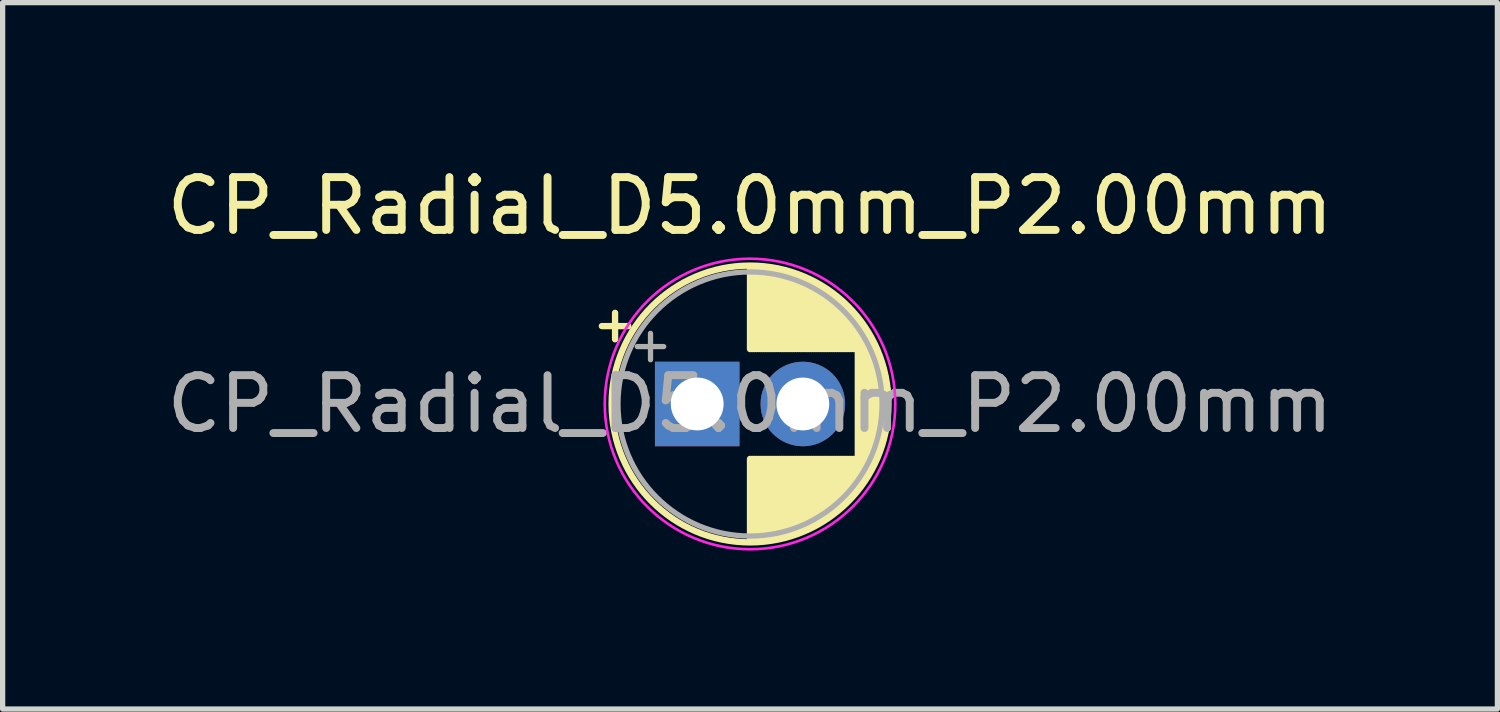
<source format=kicad_pcb>
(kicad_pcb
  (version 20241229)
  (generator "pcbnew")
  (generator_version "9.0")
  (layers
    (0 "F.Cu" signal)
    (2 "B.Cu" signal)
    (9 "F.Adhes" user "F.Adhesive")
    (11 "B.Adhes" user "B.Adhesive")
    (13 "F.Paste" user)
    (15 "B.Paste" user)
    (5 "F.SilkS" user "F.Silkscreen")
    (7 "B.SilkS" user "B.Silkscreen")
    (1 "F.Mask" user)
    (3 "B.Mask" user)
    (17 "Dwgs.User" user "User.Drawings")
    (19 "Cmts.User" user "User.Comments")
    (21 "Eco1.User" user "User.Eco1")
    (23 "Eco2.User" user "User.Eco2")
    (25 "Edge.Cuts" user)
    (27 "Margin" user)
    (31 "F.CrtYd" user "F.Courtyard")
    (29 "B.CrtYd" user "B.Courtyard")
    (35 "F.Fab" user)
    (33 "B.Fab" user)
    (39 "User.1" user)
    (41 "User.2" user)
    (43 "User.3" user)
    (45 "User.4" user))
  (footprint "CP_Radial_D5.0mm_P2.00mm"
    (layer "F.Cu")
    (at 10.149 4.598)
    (property "Reference" "CP_Radial_D5.0mm_P2.00mm" (at 1 -3.75 0) (layer "F.SilkS") (effects (font (size 1 1) (thickness 0.15))))
    (attr through_hole)
    (fp_line (start -1.805 -1.475) (end -1.305 -1.475) (stroke (width 0.12) (type solid)) (layer "F.SilkS"))
    (fp_line (start -1.555 -1.725) (end -1.555 -1.225) (stroke (width 0.12) (type solid)) (layer "F.SilkS"))
    (fp_line (start 1 -2.58) (end 1 -1.04) (stroke (width 0.12) (type solid)) (layer "F.SilkS"))
    (fp_line (start 1 1.04) (end 1 2.58) (stroke (width 0.12) (type solid)) (layer "F.SilkS"))
    (fp_line (start 1.04 -2.58) (end 1.04 -1.04) (stroke (width 0.12) (type solid)) (layer "F.SilkS"))
    (fp_line (start 1.04 1.04) (end 1.04 2.58) (stroke (width 0.12) (type solid)) (layer "F.SilkS"))
    (fp_line (start 1.08 -2.579) (end 1.08 -1.04) (stroke (width 0.12) (type solid)) (layer "F.SilkS"))
    (fp_line (start 1.08 1.04) (end 1.08 2.579) (stroke (width 0.12) (type solid)) (layer "F.SilkS"))
    (fp_line (start 1.12 -2.578) (end 1.12 -1.04) (stroke (width 0.12) (type solid)) (layer "F.SilkS"))
    (fp_line (start 1.12 1.04) (end 1.12 2.578) (stroke (width 0.12) (type solid)) (layer "F.SilkS"))
    (fp_line (start 1.16 -2.576) (end 1.16 -1.04) (stroke (width 0.12) (type solid)) (layer "F.SilkS"))
    (fp_line (start 1.16 1.04) (end 1.16 2.576) (stroke (width 0.12) (type solid)) (layer "F.SilkS"))
    (fp_line (start 1.2 -2.573) (end 1.2 -1.04) (stroke (width 0.12) (type solid)) (layer "F.SilkS"))
    (fp_line (start 1.2 1.04) (end 1.2 2.573) (stroke (width 0.12) (type solid)) (layer "F.SilkS"))
    (fp_line (start 1.24 -2.569) (end 1.24 -1.04) (stroke (width 0.12) (type solid)) (layer "F.SilkS"))
    (fp_line (start 1.24 1.04) (end 1.24 2.569) (stroke (width 0.12) (type solid)) (layer "F.SilkS"))
    (fp_line (start 1.28 -2.565) (end 1.28 -1.04) (stroke (width 0.12) (type solid)) (layer "F.SilkS"))
    (fp_line (start 1.28 1.04) (end 1.28 2.565) (stroke (width 0.12) (type solid)) (layer "F.SilkS"))
    (fp_line (start 1.32 -2.561) (end 1.32 -1.04) (stroke (width 0.12) (type solid)) (layer "F.SilkS"))
    (fp_line (start 1.32 1.04) (end 1.32 2.561) (stroke (width 0.12) (type solid)) (layer "F.SilkS"))
    (fp_line (start 1.36 -2.556) (end 1.36 -1.04) (stroke (width 0.12) (type solid)) (layer "F.SilkS"))
    (fp_line (start 1.36 1.04) (end 1.36 2.556) (stroke (width 0.12) (type solid)) (layer "F.SilkS"))
    (fp_line (start 1.4 -2.55) (end 1.4 -1.04) (stroke (width 0.12) (type solid)) (layer "F.SilkS"))
    (fp_line (start 1.4 1.04) (end 1.4 2.55) (stroke (width 0.12) (type solid)) (layer "F.SilkS"))
    (fp_line (start 1.44 -2.543) (end 1.44 -1.04) (stroke (width 0.12) (type solid)) (layer "F.SilkS"))
    (fp_line (start 1.44 1.04) (end 1.44 2.543) (stroke (width 0.12) (type solid)) (layer "F.SilkS"))
    (fp_line (start 1.48 -2.536) (end 1.48 -1.04) (stroke (width 0.12) (type solid)) (layer "F.SilkS"))
    (fp_line (start 1.48 1.04) (end 1.48 2.536) (stroke (width 0.12) (type solid)) (layer "F.SilkS"))
    (fp_line (start 1.52 -2.528) (end 1.52 -1.04) (stroke (width 0.12) (type solid)) (layer "F.SilkS"))
    (fp_line (start 1.52 1.04) (end 1.52 2.528) (stroke (width 0.12) (type solid)) (layer "F.SilkS"))
    (fp_line (start 1.56 -2.52) (end 1.56 -1.04) (stroke (width 0.12) (type solid)) (layer "F.SilkS"))
    (fp_line (start 1.56 1.04) (end 1.56 2.52) (stroke (width 0.12) (type solid)) (layer "F.SilkS"))
    (fp_line (start 1.6 -2.511) (end 1.6 -1.04) (stroke (width 0.12) (type solid)) (layer "F.SilkS"))
    (fp_line (start 1.6 1.04) (end 1.6 2.511) (stroke (width 0.12) (type solid)) (layer "F.SilkS"))
    (fp_line (start 1.64 -2.501) (end 1.64 -1.04) (stroke (width 0.12) (type solid)) (layer "F.SilkS"))
    (fp_line (start 1.64 1.04) (end 1.64 2.501) (stroke (width 0.12) (type solid)) (layer "F.SilkS"))
    (fp_line (start 1.68 -2.491) (end 1.68 -1.04) (stroke (width 0.12) (type solid)) (layer "F.SilkS"))
    (fp_line (start 1.68 1.04) (end 1.68 2.491) (stroke (width 0.12) (type solid)) (layer "F.SilkS"))
    (fp_line (start 1.721 -2.48) (end 1.721 -1.04) (stroke (width 0.12) (type solid)) (layer "F.SilkS"))
    (fp_line (start 1.721 1.04) (end 1.721 2.48) (stroke (width 0.12) (type solid)) (layer "F.SilkS"))
    (fp_line (start 1.761 -2.468) (end 1.761 -1.04) (stroke (width 0.12) (type solid)) (layer "F.SilkS"))
    (fp_line (start 1.761 1.04) (end 1.761 2.468) (stroke (width 0.12) (type solid)) (layer "F.SilkS"))
    (fp_line (start 1.801 -2.455) (end 1.801 -1.04) (stroke (width 0.12) (type solid)) (layer "F.SilkS"))
    (fp_line (start 1.801 1.04) (end 1.801 2.455) (stroke (width 0.12) (type solid)) (layer "F.SilkS"))
    (fp_line (start 1.841 -2.442) (end 1.841 -1.04) (stroke (width 0.12) (type solid)) (layer "F.SilkS"))
    (fp_line (start 1.841 1.04) (end 1.841 2.442) (stroke (width 0.12) (type solid)) (layer "F.SilkS"))
    (fp_line (start 1.881 -2.428) (end 1.881 -1.04) (stroke (width 0.12) (type solid)) (layer "F.SilkS"))
    (fp_line (start 1.881 1.04) (end 1.881 2.428) (stroke (width 0.12) (type solid)) (layer "F.SilkS"))
    (fp_line (start 1.921 -2.414) (end 1.921 -1.04) (stroke (width 0.12) (type solid)) (layer "F.SilkS"))
    (fp_line (start 1.921 1.04) (end 1.921 2.414) (stroke (width 0.12) (type solid)) (layer "F.SilkS"))
    (fp_line (start 1.961 -2.398) (end 1.961 -1.04) (stroke (width 0.12) (type solid)) (layer "F.SilkS"))
    (fp_line (start 1.961 1.04) (end 1.961 2.398) (stroke (width 0.12) (type solid)) (layer "F.SilkS"))
    (fp_line (start 2.001 -2.382) (end 2.001 -1.04) (stroke (width 0.12) (type solid)) (layer "F.SilkS"))
    (fp_line (start 2.001 1.04) (end 2.001 2.382) (stroke (width 0.12) (type solid)) (layer "F.SilkS"))
    (fp_line (start 2.041 -2.365) (end 2.041 -1.04) (stroke (width 0.12) (type solid)) (layer "F.SilkS"))
    (fp_line (start 2.041 1.04) (end 2.041 2.365) (stroke (width 0.12) (type solid)) (layer "F.SilkS"))
    (fp_line (start 2.081 -2.348) (end 2.081 -1.04) (stroke (width 0.12) (type solid)) (layer "F.SilkS"))
    (fp_line (start 2.081 1.04) (end 2.081 2.348) (stroke (width 0.12) (type solid)) (layer "F.SilkS"))
    (fp_line (start 2.121 -2.329) (end 2.121 -1.04) (stroke (width 0.12) (type solid)) (layer "F.SilkS"))
    (fp_line (start 2.121 1.04) (end 2.121 2.329) (stroke (width 0.12) (type solid)) (layer "F.SilkS"))
    (fp_line (start 2.161 -2.31) (end 2.161 -1.04) (stroke (width 0.12) (type solid)) (layer "F.SilkS"))
    (fp_line (start 2.161 1.04) (end 2.161 2.31) (stroke (width 0.12) (type solid)) (layer "F.SilkS"))
    (fp_line (start 2.201 -2.29) (end 2.201 -1.04) (stroke (width 0.12) (type solid)) (layer "F.SilkS"))
    (fp_line (start 2.201 1.04) (end 2.201 2.29) (stroke (width 0.12) (type solid)) (layer "F.SilkS"))
    (fp_line (start 2.241 -2.268) (end 2.241 -1.04) (stroke (width 0.12) (type solid)) (layer "F.SilkS"))
    (fp_line (start 2.241 1.04) (end 2.241 2.268) (stroke (width 0.12) (type solid)) (layer "F.SilkS"))
    (fp_line (start 2.281 -2.247) (end 2.281 -1.04) (stroke (width 0.12) (type solid)) (layer "F.SilkS"))
    (fp_line (start 2.281 1.04) (end 2.281 2.247) (stroke (width 0.12) (type solid)) (layer "F.SilkS"))
    (fp_line (start 2.321 -2.224) (end 2.321 -1.04) (stroke (width 0.12) (type solid)) (layer "F.SilkS"))
    (fp_line (start 2.321 1.04) (end 2.321 2.224) (stroke (width 0.12) (type solid)) (layer "F.SilkS"))
    (fp_line (start 2.361 -2.2) (end 2.361 -1.04) (stroke (width 0.12) (type solid)) (layer "F.SilkS"))
    (fp_line (start 2.361 1.04) (end 2.361 2.2) (stroke (width 0.12) (type solid)) (layer "F.SilkS"))
    (fp_line (start 2.401 -2.175) (end 2.401 -1.04) (stroke (width 0.12) (type solid)) (layer "F.SilkS"))
    (fp_line (start 2.401 1.04) (end 2.401 2.175) (stroke (width 0.12) (type solid)) (layer "F.SilkS"))
    (fp_line (start 2.441 -2.149) (end 2.441 -1.04) (stroke (width 0.12) (type solid)) (layer "F.SilkS"))
    (fp_line (start 2.441 1.04) (end 2.441 2.149) (stroke (width 0.12) (type solid)) (layer "F.SilkS"))
    (fp_line (start 2.481 -2.122) (end 2.481 -1.04) (stroke (width 0.12) (type solid)) (layer "F.SilkS"))
    (fp_line (start 2.481 1.04) (end 2.481 2.122) (stroke (width 0.12) (type solid)) (layer "F.SilkS"))
    (fp_line (start 2.521 -2.095) (end 2.521 -1.04) (stroke (width 0.12) (type solid)) (layer "F.SilkS"))
    (fp_line (start 2.521 1.04) (end 2.521 2.095) (stroke (width 0.12) (type solid)) (layer "F.SilkS"))
    (fp_line (start 2.561 -2.065) (end 2.561 -1.04) (stroke (width 0.12) (type solid)) (layer "F.SilkS"))
    (fp_line (start 2.561 1.04) (end 2.561 2.065) (stroke (width 0.12) (type solid)) (layer "F.SilkS"))
    (fp_line (start 2.601 -2.035) (end 2.601 -1.04) (stroke (width 0.12) (type solid)) (layer "F.SilkS"))
    (fp_line (start 2.601 1.04) (end 2.601 2.035) (stroke (width 0.12) (type solid)) (layer "F.SilkS"))
    (fp_line (start 2.641 -2.004) (end 2.641 -1.04) (stroke (width 0.12) (type solid)) (layer "F.SilkS"))
    (fp_line (start 2.641 1.04) (end 2.641 2.004) (stroke (width 0.12) (type solid)) (layer "F.SilkS"))
    (fp_line (start 2.681 -1.971) (end 2.681 -1.04) (stroke (width 0.12) (type solid)) (layer "F.SilkS"))
    (fp_line (start 2.681 1.04) (end 2.681 1.971) (stroke (width 0.12) (type solid)) (layer "F.SilkS"))
    (fp_line (start 2.721 -1.937) (end 2.721 -1.04) (stroke (width 0.12) (type solid)) (layer "F.SilkS"))
    (fp_line (start 2.721 1.04) (end 2.721 1.937) (stroke (width 0.12) (type solid)) (layer "F.SilkS"))
    (fp_line (start 2.761 -1.901) (end 2.761 -1.04) (stroke (width 0.12) (type solid)) (layer "F.SilkS"))
    (fp_line (start 2.761 1.04) (end 2.761 1.901) (stroke (width 0.12) (type solid)) (layer "F.SilkS"))
    (fp_line (start 2.801 -1.864) (end 2.801 -1.04) (stroke (width 0.12) (type solid)) (layer "F.SilkS"))
    (fp_line (start 2.801 1.04) (end 2.801 1.864) (stroke (width 0.12) (type solid)) (layer "F.SilkS"))
    (fp_line (start 2.841 -1.826) (end 2.841 -1.04) (stroke (width 0.12) (type solid)) (layer "F.SilkS"))
    (fp_line (start 2.841 1.04) (end 2.841 1.826) (stroke (width 0.12) (type solid)) (layer "F.SilkS"))
    (fp_line (start 2.881 -1.785) (end 2.881 -1.04) (stroke (width 0.12) (type solid)) (layer "F.SilkS"))
    (fp_line (start 2.881 1.04) (end 2.881 1.785) (stroke (width 0.12) (type solid)) (layer "F.SilkS"))
    (fp_line (start 2.921 -1.743) (end 2.921 -1.04) (stroke (width 0.12) (type solid)) (layer "F.SilkS"))
    (fp_line (start 2.921 1.04) (end 2.921 1.743) (stroke (width 0.12) (type solid)) (layer "F.SilkS"))
    (fp_line (start 2.961 -1.699) (end 2.961 -1.04) (stroke (width 0.12) (type solid)) (layer "F.SilkS"))
    (fp_line (start 2.961 1.04) (end 2.961 1.699) (stroke (width 0.12) (type solid)) (layer "F.SilkS"))
    (fp_line (start 3.001 -1.653) (end 3.001 -1.04) (stroke (width 0.12) (type solid)) (layer "F.SilkS"))
    (fp_line (start 3.001 1.04) (end 3.001 1.653) (stroke (width 0.12) (type solid)) (layer "F.SilkS"))
    (fp_line (start 3.041 -1.605) (end 3.041 1.605) (stroke (width 0.12) (type solid)) (layer "F.SilkS"))
    (fp_line (start 3.081 -1.554) (end 3.081 1.554) (stroke (width 0.12) (type solid)) (layer "F.SilkS"))
    (fp_line (start 3.121 -1.5) (end 3.121 1.5) (stroke (width 0.12) (type solid)) (layer "F.SilkS"))
    (fp_line (start 3.161 -1.443) (end 3.161 1.443) (stroke (width 0.12) (type solid)) (layer "F.SilkS"))
    (fp_line (start 3.201 -1.383) (end 3.201 1.383) (stroke (width 0.12) (type solid)) (layer "F.SilkS"))
    (fp_line (start 3.241 -1.319) (end 3.241 1.319) (stroke (width 0.12) (type solid)) (layer "F.SilkS"))
    (fp_line (start 3.281 -1.251) (end 3.281 1.251) (stroke (width 0.12) (type solid)) (layer "F.SilkS"))
    (fp_line (start 3.321 -1.178) (end 3.321 1.178) (stroke (width 0.12) (type solid)) (layer "F.SilkS"))
    (fp_line (start 3.361 -1.098) (end 3.361 1.098) (stroke (width 0.12) (type solid)) (layer "F.SilkS"))
    (fp_line (start 3.401 -1.011) (end 3.401 1.011) (stroke (width 0.12) (type solid)) (layer "F.SilkS"))
    (fp_line (start 3.441 -0.915) (end 3.441 0.915) (stroke (width 0.12) (type solid)) (layer "F.SilkS"))
    (fp_line (start 3.481 -0.805) (end 3.481 0.805) (stroke (width 0.12) (type solid)) (layer "F.SilkS"))
    (fp_line (start 3.521 -0.677) (end 3.521 0.677) (stroke (width 0.12) (type solid)) (layer "F.SilkS"))
    (fp_line (start 3.561 -0.518) (end 3.561 0.518) (stroke (width 0.12) (type solid)) (layer "F.SilkS"))
    (fp_line (start 3.601 -0.284) (end 3.601 0.284) (stroke (width 0.12) (type solid)) (layer "F.SilkS"))
    (fp_circle (center 1 0) (end 3.62 0) (stroke (width 0.12) (type solid)) (fill no) (layer "F.SilkS"))
    (fp_circle (center 1 0) (end 3.75 0) (stroke (width 0.05) (type solid)) (fill no) (layer "F.CrtYd"))
    (fp_line (start -1.134 -1.087) (end -0.634 -1.087) (stroke (width 0.1) (type solid)) (layer "F.Fab"))
    (fp_line (start -0.884 -1.337) (end -0.884 -0.838) (stroke (width 0.1) (type solid)) (layer "F.Fab"))
    (fp_circle (center 1 0) (end 3.5 0) (stroke (width 0.1) (type solid)) (fill no) (layer "F.Fab"))
    (fp_text user "${REFERENCE}" (at 1 0 0) (layer "F.Fab") (effects (font (size 1 1) (thickness 0.15))))
    (pad "1" thru_hole rect (at 0 0) (size 1.6 1.6) (drill 1) (layers "*.Cu" "*.Mask"))
    (pad "2" thru_hole circle (at 2 0) (size 1.6 1.6) (drill 1) (layers "*.Cu" "*.Mask")))
  (gr_rect
    (start -3 -3)
    (end 25.298 10.373)
    (stroke (width 0.1) (type default))
    (fill no)
    (layer "Edge.Cuts")))
</source>
